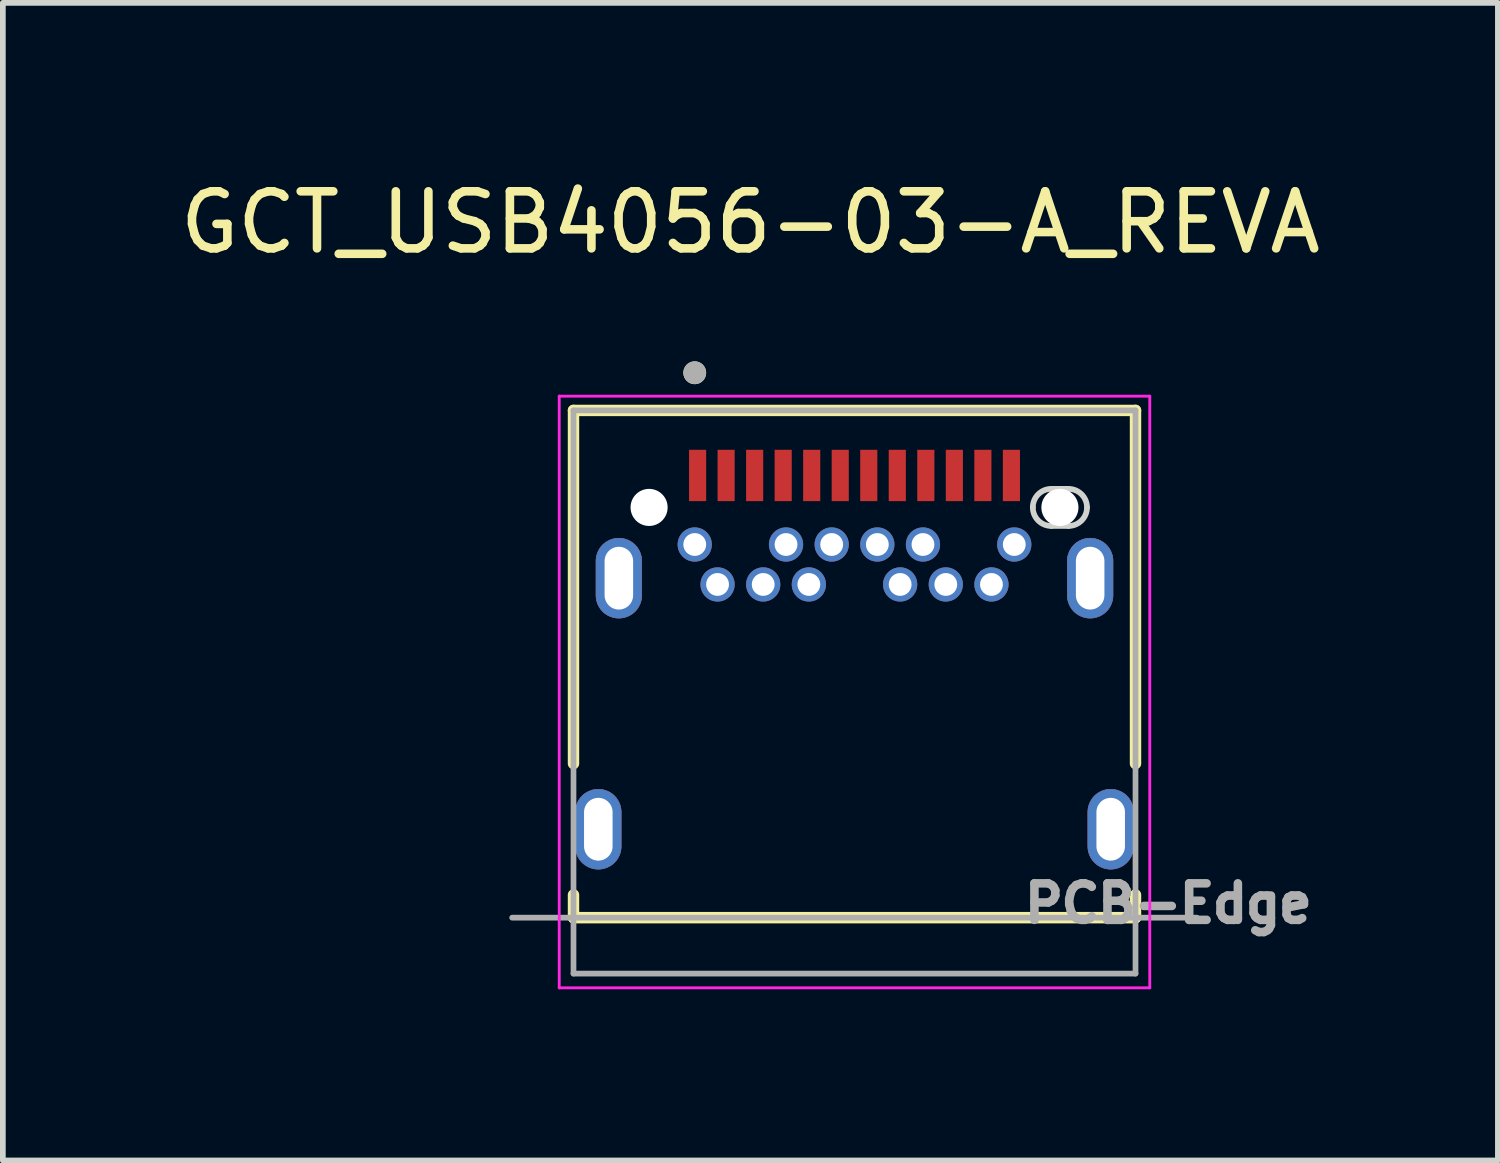
<source format=kicad_pcb>
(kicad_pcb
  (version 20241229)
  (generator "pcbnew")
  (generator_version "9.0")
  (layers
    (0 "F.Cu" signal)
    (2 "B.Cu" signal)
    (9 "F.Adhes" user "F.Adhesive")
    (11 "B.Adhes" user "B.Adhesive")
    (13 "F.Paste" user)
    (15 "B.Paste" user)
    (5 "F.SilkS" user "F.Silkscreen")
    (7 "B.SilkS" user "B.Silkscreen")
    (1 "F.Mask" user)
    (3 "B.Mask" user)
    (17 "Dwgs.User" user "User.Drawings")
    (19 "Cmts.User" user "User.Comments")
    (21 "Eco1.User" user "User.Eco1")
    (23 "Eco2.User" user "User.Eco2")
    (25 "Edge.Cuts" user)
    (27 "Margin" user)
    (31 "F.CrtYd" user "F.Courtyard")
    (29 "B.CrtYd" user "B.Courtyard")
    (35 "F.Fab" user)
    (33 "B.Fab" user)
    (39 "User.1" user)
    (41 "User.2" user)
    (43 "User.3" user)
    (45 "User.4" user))
  (footprint "GCT_USB4056-03-A_REVA"
    (layer "F.Cu")
    (at 11.926 11.483)
    (property "Reference" "GCT_USB4056-03-A_REVA" (at -1.825 -10.635 0) (layer "F.SilkS") (effects (font (size 1 1) (thickness 0.15))))
    (attr through_hole)
    (fp_poly (pts (xy -4.49 -0.7) (xy -4.511 -0.699) (xy -4.532 -0.698) (xy -4.553 -0.695) (xy -4.573 -0.691) (xy -4.594 -0.686) (xy -4.614 -0.68) (xy -4.633 -0.673) (xy -4.653 -0.665) (xy -4.672 -0.656) (xy -4.69 -0.646) (xy -4.708 -0.635) (xy -4.725 -0.624) (xy -4.742 -0.611) (xy -4.758 -0.597) (xy -4.773 -0.583) (xy -4.787 -0.568) (xy -4.801 -0.552) (xy -4.814 -0.535) (xy -4.825 -0.518) (xy -4.836 -0.5) (xy -4.846 -0.482) (xy -4.855 -0.463) (xy -4.863 -0.443) (xy -4.87 -0.424) (xy -4.876 -0.404) (xy -4.881 -0.383) (xy -4.885 -0.363) (xy -4.888 -0.342) (xy -4.889 -0.321) (xy -4.89 -0.3) (xy -4.89 0.3) (xy -4.889 0.321) (xy -4.888 0.342) (xy -4.885 0.363) (xy -4.881 0.383) (xy -4.876 0.404) (xy -4.87 0.424) (xy -4.863 0.443) (xy -4.855 0.463) (xy -4.846 0.482) (xy -4.836 0.5) (xy -4.825 0.518) (xy -4.814 0.535) (xy -4.801 0.552) (xy -4.787 0.568) (xy -4.773 0.583) (xy -4.758 0.597) (xy -4.742 0.611) (xy -4.725 0.624) (xy -4.708 0.635) (xy -4.69 0.646) (xy -4.672 0.656) (xy -4.653 0.665) (xy -4.633 0.673) (xy -4.614 0.68) (xy -4.594 0.686) (xy -4.573 0.691) (xy -4.553 0.695) (xy -4.532 0.698) (xy -4.511 0.699) (xy -4.49 0.7) (xy -4.469 0.699) (xy -4.448 0.698) (xy -4.427 0.695) (xy -4.407 0.691) (xy -4.386 0.686) (xy -4.366 0.68) (xy -4.347 0.673) (xy -4.327 0.665) (xy -4.308 0.656) (xy -4.29 0.646) (xy -4.272 0.635) (xy -4.255 0.624) (xy -4.238 0.611) (xy -4.222 0.597) (xy -4.207 0.583) (xy -4.193 0.568) (xy -4.179 0.552) (xy -4.166 0.535) (xy -4.155 0.518) (xy -4.144 0.5) (xy -4.134 0.482) (xy -4.125 0.463) (xy -4.117 0.443) (xy -4.11 0.424) (xy -4.104 0.404) (xy -4.099 0.383) (xy -4.095 0.363) (xy -4.092 0.342) (xy -4.091 0.321) (xy -4.09 0.3) (xy -4.09 -0.3) (xy -4.091 -0.321) (xy -4.092 -0.342) (xy -4.095 -0.363) (xy -4.099 -0.383) (xy -4.104 -0.404) (xy -4.11 -0.424) (xy -4.117 -0.443) (xy -4.125 -0.463) (xy -4.134 -0.482) (xy -4.144 -0.5) (xy -4.155 -0.518) (xy -4.166 -0.535) (xy -4.179 -0.552) (xy -4.193 -0.568) (xy -4.207 -0.583) (xy -4.222 -0.597) (xy -4.238 -0.611) (xy -4.255 -0.624) (xy -4.272 -0.635) (xy -4.29 -0.646) (xy -4.308 -0.656) (xy -4.327 -0.665) (xy -4.347 -0.673) (xy -4.366 -0.68) (xy -4.386 -0.686) (xy -4.407 -0.691) (xy -4.427 -0.695) (xy -4.448 -0.698) (xy -4.469 -0.699) (xy -4.49 -0.7)) (stroke (width 0.01) (type solid)) (fill yes) (layer "F.Cu"))
    (fp_poly (pts (xy -4.13 -5.1) (xy -4.151 -5.099) (xy -4.172 -5.098) (xy -4.193 -5.095) (xy -4.213 -5.091) (xy -4.234 -5.086) (xy -4.254 -5.08) (xy -4.273 -5.073) (xy -4.293 -5.065) (xy -4.312 -5.056) (xy -4.33 -5.046) (xy -4.348 -5.035) (xy -4.365 -5.024) (xy -4.382 -5.011) (xy -4.398 -4.997) (xy -4.413 -4.983) (xy -4.427 -4.968) (xy -4.441 -4.952) (xy -4.454 -4.935) (xy -4.465 -4.918) (xy -4.476 -4.9) (xy -4.486 -4.882) (xy -4.495 -4.863) (xy -4.503 -4.843) (xy -4.51 -4.824) (xy -4.516 -4.804) (xy -4.521 -4.783) (xy -4.525 -4.763) (xy -4.528 -4.742) (xy -4.529 -4.721) (xy -4.53 -4.7) (xy -4.53 -4.1) (xy -4.529 -4.079) (xy -4.528 -4.058) (xy -4.525 -4.037) (xy -4.521 -4.017) (xy -4.516 -3.996) (xy -4.51 -3.976) (xy -4.503 -3.957) (xy -4.495 -3.937) (xy -4.486 -3.918) (xy -4.476 -3.9) (xy -4.465 -3.882) (xy -4.454 -3.865) (xy -4.441 -3.848) (xy -4.427 -3.832) (xy -4.413 -3.817) (xy -4.398 -3.803) (xy -4.382 -3.789) (xy -4.365 -3.776) (xy -4.348 -3.765) (xy -4.33 -3.754) (xy -4.312 -3.744) (xy -4.293 -3.735) (xy -4.273 -3.727) (xy -4.254 -3.72) (xy -4.234 -3.714) (xy -4.213 -3.709) (xy -4.193 -3.705) (xy -4.172 -3.702) (xy -4.151 -3.701) (xy -4.13 -3.7) (xy -4.109 -3.701) (xy -4.088 -3.702) (xy -4.067 -3.705) (xy -4.047 -3.709) (xy -4.026 -3.714) (xy -4.006 -3.72) (xy -3.987 -3.727) (xy -3.967 -3.735) (xy -3.948 -3.744) (xy -3.93 -3.754) (xy -3.912 -3.765) (xy -3.895 -3.776) (xy -3.878 -3.789) (xy -3.862 -3.803) (xy -3.847 -3.817) (xy -3.833 -3.832) (xy -3.819 -3.848) (xy -3.806 -3.865) (xy -3.795 -3.882) (xy -3.784 -3.9) (xy -3.774 -3.918) (xy -3.765 -3.937) (xy -3.757 -3.957) (xy -3.75 -3.976) (xy -3.744 -3.996) (xy -3.739 -4.017) (xy -3.735 -4.037) (xy -3.732 -4.058) (xy -3.731 -4.079) (xy -3.73 -4.1) (xy -3.73 -4.7) (xy -3.731 -4.721) (xy -3.732 -4.742) (xy -3.735 -4.763) (xy -3.739 -4.783) (xy -3.744 -4.804) (xy -3.75 -4.824) (xy -3.757 -4.843) (xy -3.765 -4.863) (xy -3.774 -4.882) (xy -3.784 -4.9) (xy -3.795 -4.918) (xy -3.806 -4.935) (xy -3.819 -4.952) (xy -3.833 -4.968) (xy -3.847 -4.983) (xy -3.862 -4.997) (xy -3.878 -5.011) (xy -3.895 -5.024) (xy -3.912 -5.035) (xy -3.93 -5.046) (xy -3.948 -5.056) (xy -3.967 -5.065) (xy -3.987 -5.073) (xy -4.006 -5.08) (xy -4.026 -5.086) (xy -4.047 -5.091) (xy -4.067 -5.095) (xy -4.088 -5.098) (xy -4.109 -5.099) (xy -4.13 -5.1)) (stroke (width 0.01) (type solid)) (fill yes) (layer "F.Cu"))
    (fp_poly (pts (xy 4.13 -5.1) (xy 4.109 -5.099) (xy 4.088 -5.098) (xy 4.067 -5.095) (xy 4.047 -5.091) (xy 4.026 -5.086) (xy 4.006 -5.08) (xy 3.987 -5.073) (xy 3.967 -5.065) (xy 3.948 -5.056) (xy 3.93 -5.046) (xy 3.912 -5.035) (xy 3.895 -5.024) (xy 3.878 -5.011) (xy 3.862 -4.997) (xy 3.847 -4.983) (xy 3.833 -4.968) (xy 3.819 -4.952) (xy 3.806 -4.935) (xy 3.795 -4.918) (xy 3.784 -4.9) (xy 3.774 -4.882) (xy 3.765 -4.863) (xy 3.757 -4.843) (xy 3.75 -4.824) (xy 3.744 -4.804) (xy 3.739 -4.783) (xy 3.735 -4.763) (xy 3.732 -4.742) (xy 3.731 -4.721) (xy 3.73 -4.7) (xy 3.73 -4.1) (xy 3.731 -4.079) (xy 3.732 -4.058) (xy 3.735 -4.037) (xy 3.739 -4.017) (xy 3.744 -3.996) (xy 3.75 -3.976) (xy 3.757 -3.957) (xy 3.765 -3.937) (xy 3.774 -3.918) (xy 3.784 -3.9) (xy 3.795 -3.882) (xy 3.806 -3.865) (xy 3.819 -3.848) (xy 3.833 -3.832) (xy 3.847 -3.817) (xy 3.862 -3.803) (xy 3.878 -3.789) (xy 3.895 -3.776) (xy 3.912 -3.765) (xy 3.93 -3.754) (xy 3.948 -3.744) (xy 3.967 -3.735) (xy 3.987 -3.727) (xy 4.006 -3.72) (xy 4.026 -3.714) (xy 4.047 -3.709) (xy 4.067 -3.705) (xy 4.088 -3.702) (xy 4.109 -3.701) (xy 4.13 -3.7) (xy 4.151 -3.701) (xy 4.172 -3.702) (xy 4.193 -3.705) (xy 4.213 -3.709) (xy 4.234 -3.714) (xy 4.254 -3.72) (xy 4.273 -3.727) (xy 4.293 -3.735) (xy 4.312 -3.744) (xy 4.33 -3.754) (xy 4.348 -3.765) (xy 4.365 -3.776) (xy 4.382 -3.789) (xy 4.398 -3.803) (xy 4.413 -3.817) (xy 4.427 -3.832) (xy 4.441 -3.848) (xy 4.454 -3.865) (xy 4.465 -3.882) (xy 4.476 -3.9) (xy 4.486 -3.918) (xy 4.495 -3.937) (xy 4.503 -3.957) (xy 4.51 -3.976) (xy 4.516 -3.996) (xy 4.521 -4.017) (xy 4.525 -4.037) (xy 4.528 -4.058) (xy 4.529 -4.079) (xy 4.53 -4.1) (xy 4.53 -4.7) (xy 4.529 -4.721) (xy 4.528 -4.742) (xy 4.525 -4.763) (xy 4.521 -4.783) (xy 4.516 -4.804) (xy 4.51 -4.824) (xy 4.503 -4.843) (xy 4.495 -4.863) (xy 4.486 -4.882) (xy 4.476 -4.9) (xy 4.465 -4.918) (xy 4.454 -4.935) (xy 4.441 -4.952) (xy 4.427 -4.968) (xy 4.413 -4.983) (xy 4.398 -4.997) (xy 4.382 -5.011) (xy 4.365 -5.024) (xy 4.348 -5.035) (xy 4.33 -5.046) (xy 4.312 -5.056) (xy 4.293 -5.065) (xy 4.273 -5.073) (xy 4.254 -5.08) (xy 4.234 -5.086) (xy 4.213 -5.091) (xy 4.193 -5.095) (xy 4.172 -5.098) (xy 4.151 -5.099) (xy 4.13 -5.1)) (stroke (width 0.01) (type solid)) (fill yes) (layer "F.Cu"))
    (fp_poly (pts (xy 4.49 -0.7) (xy 4.469 -0.699) (xy 4.448 -0.698) (xy 4.427 -0.695) (xy 4.407 -0.691) (xy 4.386 -0.686) (xy 4.366 -0.68) (xy 4.347 -0.673) (xy 4.327 -0.665) (xy 4.308 -0.656) (xy 4.29 -0.646) (xy 4.272 -0.635) (xy 4.255 -0.624) (xy 4.238 -0.611) (xy 4.222 -0.597) (xy 4.207 -0.583) (xy 4.193 -0.568) (xy 4.179 -0.552) (xy 4.166 -0.535) (xy 4.155 -0.518) (xy 4.144 -0.5) (xy 4.134 -0.482) (xy 4.125 -0.463) (xy 4.117 -0.443) (xy 4.11 -0.424) (xy 4.104 -0.404) (xy 4.099 -0.383) (xy 4.095 -0.363) (xy 4.092 -0.342) (xy 4.091 -0.321) (xy 4.09 -0.3) (xy 4.09 0.3) (xy 4.091 0.321) (xy 4.092 0.342) (xy 4.095 0.363) (xy 4.099 0.383) (xy 4.104 0.404) (xy 4.11 0.424) (xy 4.117 0.443) (xy 4.125 0.463) (xy 4.134 0.482) (xy 4.144 0.5) (xy 4.155 0.518) (xy 4.166 0.535) (xy 4.179 0.552) (xy 4.193 0.568) (xy 4.207 0.583) (xy 4.222 0.597) (xy 4.238 0.611) (xy 4.255 0.624) (xy 4.272 0.635) (xy 4.29 0.646) (xy 4.308 0.656) (xy 4.327 0.665) (xy 4.347 0.673) (xy 4.366 0.68) (xy 4.386 0.686) (xy 4.407 0.691) (xy 4.427 0.695) (xy 4.448 0.698) (xy 4.469 0.699) (xy 4.49 0.7) (xy 4.511 0.699) (xy 4.532 0.698) (xy 4.553 0.695) (xy 4.573 0.691) (xy 4.594 0.686) (xy 4.614 0.68) (xy 4.633 0.673) (xy 4.653 0.665) (xy 4.672 0.656) (xy 4.69 0.646) (xy 4.708 0.635) (xy 4.725 0.624) (xy 4.742 0.611) (xy 4.758 0.597) (xy 4.773 0.583) (xy 4.787 0.568) (xy 4.801 0.552) (xy 4.814 0.535) (xy 4.825 0.518) (xy 4.836 0.5) (xy 4.846 0.482) (xy 4.855 0.463) (xy 4.863 0.443) (xy 4.87 0.424) (xy 4.876 0.404) (xy 4.881 0.383) (xy 4.885 0.363) (xy 4.888 0.342) (xy 4.889 0.321) (xy 4.89 0.3) (xy 4.89 -0.3) (xy 4.889 -0.321) (xy 4.888 -0.342) (xy 4.885 -0.363) (xy 4.881 -0.383) (xy 4.876 -0.404) (xy 4.87 -0.424) (xy 4.863 -0.443) (xy 4.855 -0.463) (xy 4.846 -0.482) (xy 4.836 -0.5) (xy 4.825 -0.518) (xy 4.814 -0.535) (xy 4.801 -0.552) (xy 4.787 -0.568) (xy 4.773 -0.583) (xy 4.758 -0.597) (xy 4.742 -0.611) (xy 4.725 -0.624) (xy 4.708 -0.635) (xy 4.69 -0.646) (xy 4.672 -0.656) (xy 4.653 -0.665) (xy 4.633 -0.673) (xy 4.614 -0.68) (xy 4.594 -0.686) (xy 4.573 -0.691) (xy 4.553 -0.695) (xy 4.532 -0.698) (xy 4.511 -0.699) (xy 4.49 -0.7)) (stroke (width 0.01) (type solid)) (fill yes) (layer "F.Cu"))
    (fp_poly (pts (xy -4.49 -0.8) (xy -4.516 -0.799) (xy -4.542 -0.797) (xy -4.568 -0.794) (xy -4.594 -0.789) (xy -4.619 -0.783) (xy -4.645 -0.776) (xy -4.669 -0.767) (xy -4.693 -0.757) (xy -4.717 -0.746) (xy -4.74 -0.733) (xy -4.762 -0.719) (xy -4.784 -0.705) (xy -4.805 -0.689) (xy -4.825 -0.672) (xy -4.844 -0.654) (xy -4.862 -0.635) (xy -4.879 -0.615) (xy -4.895 -0.594) (xy -4.909 -0.572) (xy -4.923 -0.55) (xy -4.936 -0.527) (xy -4.947 -0.503) (xy -4.957 -0.479) (xy -4.966 -0.455) (xy -4.973 -0.429) (xy -4.979 -0.404) (xy -4.984 -0.378) (xy -4.987 -0.352) (xy -4.989 -0.326) (xy -4.99 -0.3) (xy -4.99 0.3) (xy -4.989 0.326) (xy -4.987 0.352) (xy -4.984 0.378) (xy -4.979 0.404) (xy -4.973 0.429) (xy -4.966 0.455) (xy -4.957 0.479) (xy -4.947 0.503) (xy -4.936 0.527) (xy -4.923 0.55) (xy -4.909 0.572) (xy -4.895 0.594) (xy -4.879 0.615) (xy -4.862 0.635) (xy -4.844 0.654) (xy -4.825 0.672) (xy -4.805 0.689) (xy -4.784 0.705) (xy -4.762 0.719) (xy -4.74 0.733) (xy -4.717 0.746) (xy -4.693 0.757) (xy -4.669 0.767) (xy -4.645 0.776) (xy -4.619 0.783) (xy -4.594 0.789) (xy -4.568 0.794) (xy -4.542 0.797) (xy -4.516 0.799) (xy -4.49 0.8) (xy -4.464 0.799) (xy -4.438 0.797) (xy -4.412 0.794) (xy -4.386 0.789) (xy -4.361 0.783) (xy -4.335 0.776) (xy -4.311 0.767) (xy -4.287 0.757) (xy -4.263 0.746) (xy -4.24 0.733) (xy -4.218 0.719) (xy -4.196 0.705) (xy -4.175 0.689) (xy -4.155 0.672) (xy -4.136 0.654) (xy -4.118 0.635) (xy -4.101 0.615) (xy -4.085 0.594) (xy -4.071 0.572) (xy -4.057 0.55) (xy -4.044 0.527) (xy -4.033 0.503) (xy -4.023 0.479) (xy -4.014 0.455) (xy -4.007 0.429) (xy -4.001 0.404) (xy -3.996 0.378) (xy -3.993 0.352) (xy -3.991 0.326) (xy -3.99 0.3) (xy -3.99 -0.3) (xy -3.991 -0.326) (xy -3.993 -0.352) (xy -3.996 -0.378) (xy -4.001 -0.404) (xy -4.007 -0.429) (xy -4.014 -0.455) (xy -4.023 -0.479) (xy -4.033 -0.503) (xy -4.044 -0.527) (xy -4.057 -0.55) (xy -4.071 -0.572) (xy -4.085 -0.594) (xy -4.101 -0.615) (xy -4.118 -0.635) (xy -4.136 -0.654) (xy -4.155 -0.672) (xy -4.175 -0.689) (xy -4.196 -0.705) (xy -4.218 -0.719) (xy -4.24 -0.733) (xy -4.263 -0.746) (xy -4.287 -0.757) (xy -4.311 -0.767) (xy -4.335 -0.776) (xy -4.361 -0.783) (xy -4.386 -0.789) (xy -4.412 -0.794) (xy -4.438 -0.797) (xy -4.464 -0.799) (xy -4.49 -0.8)) (stroke (width 0.01) (type solid)) (fill yes) (layer "F.Mask"))
    (fp_poly (pts (xy -4.13 -5.2) (xy -4.156 -5.199) (xy -4.182 -5.197) (xy -4.208 -5.194) (xy -4.234 -5.189) (xy -4.259 -5.183) (xy -4.285 -5.176) (xy -4.309 -5.167) (xy -4.333 -5.157) (xy -4.357 -5.146) (xy -4.38 -5.133) (xy -4.402 -5.119) (xy -4.424 -5.105) (xy -4.445 -5.089) (xy -4.465 -5.072) (xy -4.484 -5.054) (xy -4.502 -5.035) (xy -4.519 -5.015) (xy -4.535 -4.994) (xy -4.549 -4.972) (xy -4.563 -4.95) (xy -4.576 -4.927) (xy -4.587 -4.903) (xy -4.597 -4.879) (xy -4.606 -4.855) (xy -4.613 -4.829) (xy -4.619 -4.804) (xy -4.624 -4.778) (xy -4.627 -4.752) (xy -4.629 -4.726) (xy -4.63 -4.7) (xy -4.63 -4.1) (xy -4.629 -4.074) (xy -4.627 -4.048) (xy -4.624 -4.022) (xy -4.619 -3.996) (xy -4.613 -3.971) (xy -4.606 -3.945) (xy -4.597 -3.921) (xy -4.587 -3.897) (xy -4.576 -3.873) (xy -4.563 -3.85) (xy -4.549 -3.828) (xy -4.535 -3.806) (xy -4.519 -3.785) (xy -4.502 -3.765) (xy -4.484 -3.746) (xy -4.465 -3.728) (xy -4.445 -3.711) (xy -4.424 -3.695) (xy -4.402 -3.681) (xy -4.38 -3.667) (xy -4.357 -3.654) (xy -4.333 -3.643) (xy -4.309 -3.633) (xy -4.285 -3.624) (xy -4.259 -3.617) (xy -4.234 -3.611) (xy -4.208 -3.606) (xy -4.182 -3.603) (xy -4.156 -3.601) (xy -4.13 -3.6) (xy -4.104 -3.601) (xy -4.078 -3.603) (xy -4.052 -3.606) (xy -4.026 -3.611) (xy -4.001 -3.617) (xy -3.975 -3.624) (xy -3.951 -3.633) (xy -3.927 -3.643) (xy -3.903 -3.654) (xy -3.88 -3.667) (xy -3.858 -3.681) (xy -3.836 -3.695) (xy -3.815 -3.711) (xy -3.795 -3.728) (xy -3.776 -3.746) (xy -3.758 -3.765) (xy -3.741 -3.785) (xy -3.725 -3.806) (xy -3.711 -3.828) (xy -3.697 -3.85) (xy -3.684 -3.873) (xy -3.673 -3.897) (xy -3.663 -3.921) (xy -3.654 -3.945) (xy -3.647 -3.971) (xy -3.641 -3.996) (xy -3.636 -4.022) (xy -3.633 -4.048) (xy -3.631 -4.074) (xy -3.63 -4.1) (xy -3.63 -4.7) (xy -3.631 -4.726) (xy -3.633 -4.752) (xy -3.636 -4.778) (xy -3.641 -4.804) (xy -3.647 -4.829) (xy -3.654 -4.855) (xy -3.663 -4.879) (xy -3.673 -4.903) (xy -3.684 -4.927) (xy -3.697 -4.95) (xy -3.711 -4.972) (xy -3.725 -4.994) (xy -3.741 -5.015) (xy -3.758 -5.035) (xy -3.776 -5.054) (xy -3.795 -5.072) (xy -3.815 -5.089) (xy -3.836 -5.105) (xy -3.858 -5.119) (xy -3.88 -5.133) (xy -3.903 -5.146) (xy -3.927 -5.157) (xy -3.951 -5.167) (xy -3.975 -5.176) (xy -4.001 -5.183) (xy -4.026 -5.189) (xy -4.052 -5.194) (xy -4.078 -5.197) (xy -4.104 -5.199) (xy -4.13 -5.2)) (stroke (width 0.01) (type solid)) (fill yes) (layer "F.Mask"))
    (fp_poly (pts (xy 3.025 -5.64) (xy 3.026 -5.662) (xy 3.027 -5.684) (xy 3.03 -5.706) (xy 3.034 -5.728) (xy 3.039 -5.75) (xy 3.046 -5.771) (xy 3.053 -5.792) (xy 3.062 -5.813) (xy 3.071 -5.833) (xy 3.082 -5.853) (xy 3.094 -5.871) (xy 3.106 -5.89) (xy 3.12 -5.907) (xy 3.134 -5.924) (xy 3.149 -5.941) (xy 3.166 -5.956) (xy 3.183 -5.97) (xy 3.2 -5.984) (xy 3.219 -5.996) (xy 3.237 -6.008) (xy 3.257 -6.019) (xy 3.277 -6.028) (xy 3.298 -6.037) (xy 3.319 -6.044) (xy 3.34 -6.051) (xy 3.362 -6.056) (xy 3.384 -6.06) (xy 3.406 -6.063) (xy 3.428 -6.064) (xy 3.45 -6.065) (xy 3.75 -6.065) (xy 3.772 -6.064) (xy 3.794 -6.063) (xy 3.816 -6.06) (xy 3.838 -6.056) (xy 3.86 -6.051) (xy 3.881 -6.044) (xy 3.902 -6.037) (xy 3.923 -6.028) (xy 3.943 -6.019) (xy 3.962 -6.008) (xy 3.981 -5.996) (xy 4 -5.984) (xy 4.017 -5.97) (xy 4.034 -5.956) (xy 4.051 -5.941) (xy 4.066 -5.924) (xy 4.08 -5.907) (xy 4.094 -5.89) (xy 4.106 -5.871) (xy 4.118 -5.853) (xy 4.129 -5.833) (xy 4.138 -5.813) (xy 4.147 -5.792) (xy 4.154 -5.771) (xy 4.161 -5.75) (xy 4.166 -5.728) (xy 4.17 -5.706) (xy 4.173 -5.684) (xy 4.174 -5.662) (xy 4.175 -5.64) (xy 4.174 -5.618) (xy 4.173 -5.596) (xy 4.17 -5.574) (xy 4.166 -5.552) (xy 4.161 -5.53) (xy 4.154 -5.509) (xy 4.147 -5.488) (xy 4.138 -5.467) (xy 4.129 -5.447) (xy 4.118 -5.428) (xy 4.106 -5.409) (xy 4.094 -5.39) (xy 4.08 -5.373) (xy 4.066 -5.356) (xy 4.051 -5.339) (xy 4.034 -5.324) (xy 4.017 -5.31) (xy 4 -5.296) (xy 3.981 -5.284) (xy 3.962 -5.272) (xy 3.943 -5.261) (xy 3.923 -5.252) (xy 3.902 -5.243) (xy 3.881 -5.236) (xy 3.86 -5.229) (xy 3.838 -5.224) (xy 3.816 -5.22) (xy 3.794 -5.217) (xy 3.772 -5.216) (xy 3.75 -5.215) (xy 3.45 -5.215) (xy 3.428 -5.216) (xy 3.406 -5.217) (xy 3.384 -5.22) (xy 3.362 -5.224) (xy 3.34 -5.229) (xy 3.319 -5.236) (xy 3.298 -5.243) (xy 3.277 -5.252) (xy 3.257 -5.261) (xy 3.237 -5.272) (xy 3.219 -5.284) (xy 3.2 -5.296) (xy 3.183 -5.31) (xy 3.166 -5.324) (xy 3.149 -5.339) (xy 3.134 -5.356) (xy 3.12 -5.373) (xy 3.106 -5.39) (xy 3.094 -5.409) (xy 3.082 -5.428) (xy 3.071 -5.447) (xy 3.062 -5.467) (xy 3.053 -5.488) (xy 3.046 -5.509) (xy 3.039 -5.53) (xy 3.034 -5.552) (xy 3.03 -5.574) (xy 3.027 -5.596) (xy 3.026 -5.618) (xy 3.025 -5.64)) (stroke (width 0.01) (type solid)) (fill yes) (layer "F.Mask"))
    (fp_poly (pts (xy 4.13 -5.2) (xy 4.104 -5.199) (xy 4.078 -5.197) (xy 4.052 -5.194) (xy 4.026 -5.189) (xy 4.001 -5.183) (xy 3.975 -5.176) (xy 3.951 -5.167) (xy 3.927 -5.157) (xy 3.903 -5.146) (xy 3.88 -5.133) (xy 3.858 -5.119) (xy 3.836 -5.105) (xy 3.815 -5.089) (xy 3.795 -5.072) (xy 3.776 -5.054) (xy 3.758 -5.035) (xy 3.741 -5.015) (xy 3.725 -4.994) (xy 3.711 -4.972) (xy 3.697 -4.95) (xy 3.684 -4.927) (xy 3.673 -4.903) (xy 3.663 -4.879) (xy 3.654 -4.855) (xy 3.647 -4.829) (xy 3.641 -4.804) (xy 3.636 -4.778) (xy 3.633 -4.752) (xy 3.631 -4.726) (xy 3.63 -4.7) (xy 3.63 -4.1) (xy 3.631 -4.074) (xy 3.633 -4.048) (xy 3.636 -4.022) (xy 3.641 -3.996) (xy 3.647 -3.971) (xy 3.654 -3.945) (xy 3.663 -3.921) (xy 3.673 -3.897) (xy 3.684 -3.873) (xy 3.697 -3.85) (xy 3.711 -3.828) (xy 3.725 -3.806) (xy 3.741 -3.785) (xy 3.758 -3.765) (xy 3.776 -3.746) (xy 3.795 -3.728) (xy 3.815 -3.711) (xy 3.836 -3.695) (xy 3.858 -3.681) (xy 3.88 -3.667) (xy 3.903 -3.654) (xy 3.927 -3.643) (xy 3.951 -3.633) (xy 3.975 -3.624) (xy 4.001 -3.617) (xy 4.026 -3.611) (xy 4.052 -3.606) (xy 4.078 -3.603) (xy 4.104 -3.601) (xy 4.13 -3.6) (xy 4.156 -3.601) (xy 4.182 -3.603) (xy 4.208 -3.606) (xy 4.234 -3.611) (xy 4.259 -3.617) (xy 4.285 -3.624) (xy 4.309 -3.633) (xy 4.333 -3.643) (xy 4.357 -3.654) (xy 4.38 -3.667) (xy 4.402 -3.681) (xy 4.424 -3.695) (xy 4.445 -3.711) (xy 4.465 -3.728) (xy 4.484 -3.746) (xy 4.502 -3.765) (xy 4.519 -3.785) (xy 4.535 -3.806) (xy 4.549 -3.828) (xy 4.563 -3.85) (xy 4.576 -3.873) (xy 4.587 -3.897) (xy 4.597 -3.921) (xy 4.606 -3.945) (xy 4.613 -3.971) (xy 4.619 -3.996) (xy 4.624 -4.022) (xy 4.627 -4.048) (xy 4.629 -4.074) (xy 4.63 -4.1) (xy 4.63 -4.7) (xy 4.629 -4.726) (xy 4.627 -4.752) (xy 4.624 -4.778) (xy 4.619 -4.804) (xy 4.613 -4.829) (xy 4.606 -4.855) (xy 4.597 -4.879) (xy 4.587 -4.903) (xy 4.576 -4.927) (xy 4.563 -4.95) (xy 4.549 -4.972) (xy 4.535 -4.994) (xy 4.519 -5.015) (xy 4.502 -5.035) (xy 4.484 -5.054) (xy 4.465 -5.072) (xy 4.445 -5.089) (xy 4.424 -5.105) (xy 4.402 -5.119) (xy 4.38 -5.133) (xy 4.357 -5.146) (xy 4.333 -5.157) (xy 4.309 -5.167) (xy 4.285 -5.176) (xy 4.259 -5.183) (xy 4.234 -5.189) (xy 4.208 -5.194) (xy 4.182 -5.197) (xy 4.156 -5.199) (xy 4.13 -5.2)) (stroke (width 0.01) (type solid)) (fill yes) (layer "F.Mask"))
    (fp_poly (pts (xy 4.49 -0.8) (xy 4.464 -0.799) (xy 4.438 -0.797) (xy 4.412 -0.794) (xy 4.386 -0.789) (xy 4.361 -0.783) (xy 4.335 -0.776) (xy 4.311 -0.767) (xy 4.287 -0.757) (xy 4.263 -0.746) (xy 4.24 -0.733) (xy 4.218 -0.719) (xy 4.196 -0.705) (xy 4.175 -0.689) (xy 4.155 -0.672) (xy 4.136 -0.654) (xy 4.118 -0.635) (xy 4.101 -0.615) (xy 4.085 -0.594) (xy 4.071 -0.572) (xy 4.057 -0.55) (xy 4.044 -0.527) (xy 4.033 -0.503) (xy 4.023 -0.479) (xy 4.014 -0.455) (xy 4.007 -0.429) (xy 4.001 -0.404) (xy 3.996 -0.378) (xy 3.993 -0.352) (xy 3.991 -0.326) (xy 3.99 -0.3) (xy 3.99 0.3) (xy 3.991 0.326) (xy 3.993 0.352) (xy 3.996 0.378) (xy 4.001 0.404) (xy 4.007 0.429) (xy 4.014 0.455) (xy 4.023 0.479) (xy 4.033 0.503) (xy 4.044 0.527) (xy 4.057 0.55) (xy 4.071 0.572) (xy 4.085 0.594) (xy 4.101 0.615) (xy 4.118 0.635) (xy 4.136 0.654) (xy 4.155 0.672) (xy 4.175 0.689) (xy 4.196 0.705) (xy 4.218 0.719) (xy 4.24 0.733) (xy 4.263 0.746) (xy 4.287 0.757) (xy 4.311 0.767) (xy 4.335 0.776) (xy 4.361 0.783) (xy 4.386 0.789) (xy 4.412 0.794) (xy 4.438 0.797) (xy 4.464 0.799) (xy 4.49 0.8) (xy 4.516 0.799) (xy 4.542 0.797) (xy 4.568 0.794) (xy 4.594 0.789) (xy 4.619 0.783) (xy 4.645 0.776) (xy 4.669 0.767) (xy 4.693 0.757) (xy 4.717 0.746) (xy 4.74 0.733) (xy 4.762 0.719) (xy 4.784 0.705) (xy 4.805 0.689) (xy 4.825 0.672) (xy 4.844 0.654) (xy 4.862 0.635) (xy 4.879 0.615) (xy 4.895 0.594) (xy 4.909 0.572) (xy 4.923 0.55) (xy 4.936 0.527) (xy 4.947 0.503) (xy 4.957 0.479) (xy 4.966 0.455) (xy 4.973 0.429) (xy 4.979 0.404) (xy 4.984 0.378) (xy 4.987 0.352) (xy 4.989 0.326) (xy 4.99 0.3) (xy 4.99 -0.3) (xy 4.989 -0.326) (xy 4.987 -0.352) (xy 4.984 -0.378) (xy 4.979 -0.404) (xy 4.973 -0.429) (xy 4.966 -0.455) (xy 4.957 -0.479) (xy 4.947 -0.503) (xy 4.936 -0.527) (xy 4.923 -0.55) (xy 4.909 -0.572) (xy 4.895 -0.594) (xy 4.879 -0.615) (xy 4.862 -0.635) (xy 4.844 -0.654) (xy 4.825 -0.672) (xy 4.805 -0.689) (xy 4.784 -0.705) (xy 4.762 -0.719) (xy 4.74 -0.733) (xy 4.717 -0.746) (xy 4.693 -0.757) (xy 4.669 -0.767) (xy 4.645 -0.776) (xy 4.619 -0.783) (xy 4.594 -0.789) (xy 4.568 -0.794) (xy 4.542 -0.797) (xy 4.516 -0.799) (xy 4.49 -0.8)) (stroke (width 0.01) (type solid)) (fill yes) (layer "F.Mask"))
    (fp_poly (pts (xy -4.49 -0.7) (xy -4.511 -0.699) (xy -4.532 -0.698) (xy -4.553 -0.695) (xy -4.573 -0.691) (xy -4.594 -0.686) (xy -4.614 -0.68) (xy -4.633 -0.673) (xy -4.653 -0.665) (xy -4.672 -0.656) (xy -4.69 -0.646) (xy -4.708 -0.635) (xy -4.725 -0.624) (xy -4.742 -0.611) (xy -4.758 -0.597) (xy -4.773 -0.583) (xy -4.787 -0.568) (xy -4.801 -0.552) (xy -4.814 -0.535) (xy -4.825 -0.518) (xy -4.836 -0.5) (xy -4.846 -0.482) (xy -4.855 -0.463) (xy -4.863 -0.443) (xy -4.87 -0.424) (xy -4.876 -0.404) (xy -4.881 -0.383) (xy -4.885 -0.363) (xy -4.888 -0.342) (xy -4.889 -0.321) (xy -4.89 -0.3) (xy -4.89 0.3) (xy -4.889 0.321) (xy -4.888 0.342) (xy -4.885 0.363) (xy -4.881 0.383) (xy -4.876 0.404) (xy -4.87 0.424) (xy -4.863 0.443) (xy -4.855 0.463) (xy -4.846 0.482) (xy -4.836 0.5) (xy -4.825 0.518) (xy -4.814 0.535) (xy -4.801 0.552) (xy -4.787 0.568) (xy -4.773 0.583) (xy -4.758 0.597) (xy -4.742 0.611) (xy -4.725 0.624) (xy -4.708 0.635) (xy -4.69 0.646) (xy -4.672 0.656) (xy -4.653 0.665) (xy -4.633 0.673) (xy -4.614 0.68) (xy -4.594 0.686) (xy -4.573 0.691) (xy -4.553 0.695) (xy -4.532 0.698) (xy -4.511 0.699) (xy -4.49 0.7) (xy -4.469 0.699) (xy -4.448 0.698) (xy -4.427 0.695) (xy -4.407 0.691) (xy -4.386 0.686) (xy -4.366 0.68) (xy -4.347 0.673) (xy -4.327 0.665) (xy -4.308 0.656) (xy -4.29 0.646) (xy -4.272 0.635) (xy -4.255 0.624) (xy -4.238 0.611) (xy -4.222 0.597) (xy -4.207 0.583) (xy -4.193 0.568) (xy -4.179 0.552) (xy -4.166 0.535) (xy -4.155 0.518) (xy -4.144 0.5) (xy -4.134 0.482) (xy -4.125 0.463) (xy -4.117 0.443) (xy -4.11 0.424) (xy -4.104 0.404) (xy -4.099 0.383) (xy -4.095 0.363) (xy -4.092 0.342) (xy -4.091 0.321) (xy -4.09 0.3) (xy -4.09 -0.3) (xy -4.091 -0.321) (xy -4.092 -0.342) (xy -4.095 -0.363) (xy -4.099 -0.383) (xy -4.104 -0.404) (xy -4.11 -0.424) (xy -4.117 -0.443) (xy -4.125 -0.463) (xy -4.134 -0.482) (xy -4.144 -0.5) (xy -4.155 -0.518) (xy -4.166 -0.535) (xy -4.179 -0.552) (xy -4.193 -0.568) (xy -4.207 -0.583) (xy -4.222 -0.597) (xy -4.238 -0.611) (xy -4.255 -0.624) (xy -4.272 -0.635) (xy -4.29 -0.646) (xy -4.308 -0.656) (xy -4.327 -0.665) (xy -4.347 -0.673) (xy -4.366 -0.68) (xy -4.386 -0.686) (xy -4.407 -0.691) (xy -4.427 -0.695) (xy -4.448 -0.698) (xy -4.469 -0.699) (xy -4.49 -0.7)) (stroke (width 0.01) (type solid)) (fill yes) (layer "B.Cu"))
    (fp_poly (pts (xy -4.13 -5.1) (xy -4.151 -5.099) (xy -4.172 -5.098) (xy -4.193 -5.095) (xy -4.213 -5.091) (xy -4.234 -5.086) (xy -4.254 -5.08) (xy -4.273 -5.073) (xy -4.293 -5.065) (xy -4.312 -5.056) (xy -4.33 -5.046) (xy -4.348 -5.035) (xy -4.365 -5.024) (xy -4.382 -5.011) (xy -4.398 -4.997) (xy -4.413 -4.983) (xy -4.427 -4.968) (xy -4.441 -4.952) (xy -4.454 -4.935) (xy -4.465 -4.918) (xy -4.476 -4.9) (xy -4.486 -4.882) (xy -4.495 -4.863) (xy -4.503 -4.843) (xy -4.51 -4.824) (xy -4.516 -4.804) (xy -4.521 -4.783) (xy -4.525 -4.763) (xy -4.528 -4.742) (xy -4.529 -4.721) (xy -4.53 -4.7) (xy -4.53 -4.1) (xy -4.529 -4.079) (xy -4.528 -4.058) (xy -4.525 -4.037) (xy -4.521 -4.017) (xy -4.516 -3.996) (xy -4.51 -3.976) (xy -4.503 -3.957) (xy -4.495 -3.937) (xy -4.486 -3.918) (xy -4.476 -3.9) (xy -4.465 -3.882) (xy -4.454 -3.865) (xy -4.441 -3.848) (xy -4.427 -3.832) (xy -4.413 -3.817) (xy -4.398 -3.803) (xy -4.382 -3.789) (xy -4.365 -3.776) (xy -4.348 -3.765) (xy -4.33 -3.754) (xy -4.312 -3.744) (xy -4.293 -3.735) (xy -4.273 -3.727) (xy -4.254 -3.72) (xy -4.234 -3.714) (xy -4.213 -3.709) (xy -4.193 -3.705) (xy -4.172 -3.702) (xy -4.151 -3.701) (xy -4.13 -3.7) (xy -4.109 -3.701) (xy -4.088 -3.702) (xy -4.067 -3.705) (xy -4.047 -3.709) (xy -4.026 -3.714) (xy -4.006 -3.72) (xy -3.987 -3.727) (xy -3.967 -3.735) (xy -3.948 -3.744) (xy -3.93 -3.754) (xy -3.912 -3.765) (xy -3.895 -3.776) (xy -3.878 -3.789) (xy -3.862 -3.803) (xy -3.847 -3.817) (xy -3.833 -3.832) (xy -3.819 -3.848) (xy -3.806 -3.865) (xy -3.795 -3.882) (xy -3.784 -3.9) (xy -3.774 -3.918) (xy -3.765 -3.937) (xy -3.757 -3.957) (xy -3.75 -3.976) (xy -3.744 -3.996) (xy -3.739 -4.017) (xy -3.735 -4.037) (xy -3.732 -4.058) (xy -3.731 -4.079) (xy -3.73 -4.1) (xy -3.73 -4.7) (xy -3.731 -4.721) (xy -3.732 -4.742) (xy -3.735 -4.763) (xy -3.739 -4.783) (xy -3.744 -4.804) (xy -3.75 -4.824) (xy -3.757 -4.843) (xy -3.765 -4.863) (xy -3.774 -4.882) (xy -3.784 -4.9) (xy -3.795 -4.918) (xy -3.806 -4.935) (xy -3.819 -4.952) (xy -3.833 -4.968) (xy -3.847 -4.983) (xy -3.862 -4.997) (xy -3.878 -5.011) (xy -3.895 -5.024) (xy -3.912 -5.035) (xy -3.93 -5.046) (xy -3.948 -5.056) (xy -3.967 -5.065) (xy -3.987 -5.073) (xy -4.006 -5.08) (xy -4.026 -5.086) (xy -4.047 -5.091) (xy -4.067 -5.095) (xy -4.088 -5.098) (xy -4.109 -5.099) (xy -4.13 -5.1)) (stroke (width 0.01) (type solid)) (fill yes) (layer "B.Cu"))
    (fp_poly (pts (xy 4.13 -5.1) (xy 4.109 -5.099) (xy 4.088 -5.098) (xy 4.067 -5.095) (xy 4.047 -5.091) (xy 4.026 -5.086) (xy 4.006 -5.08) (xy 3.987 -5.073) (xy 3.967 -5.065) (xy 3.948 -5.056) (xy 3.93 -5.046) (xy 3.912 -5.035) (xy 3.895 -5.024) (xy 3.878 -5.011) (xy 3.862 -4.997) (xy 3.847 -4.983) (xy 3.833 -4.968) (xy 3.819 -4.952) (xy 3.806 -4.935) (xy 3.795 -4.918) (xy 3.784 -4.9) (xy 3.774 -4.882) (xy 3.765 -4.863) (xy 3.757 -4.843) (xy 3.75 -4.824) (xy 3.744 -4.804) (xy 3.739 -4.783) (xy 3.735 -4.763) (xy 3.732 -4.742) (xy 3.731 -4.721) (xy 3.73 -4.7) (xy 3.73 -4.1) (xy 3.731 -4.079) (xy 3.732 -4.058) (xy 3.735 -4.037) (xy 3.739 -4.017) (xy 3.744 -3.996) (xy 3.75 -3.976) (xy 3.757 -3.957) (xy 3.765 -3.937) (xy 3.774 -3.918) (xy 3.784 -3.9) (xy 3.795 -3.882) (xy 3.806 -3.865) (xy 3.819 -3.848) (xy 3.833 -3.832) (xy 3.847 -3.817) (xy 3.862 -3.803) (xy 3.878 -3.789) (xy 3.895 -3.776) (xy 3.912 -3.765) (xy 3.93 -3.754) (xy 3.948 -3.744) (xy 3.967 -3.735) (xy 3.987 -3.727) (xy 4.006 -3.72) (xy 4.026 -3.714) (xy 4.047 -3.709) (xy 4.067 -3.705) (xy 4.088 -3.702) (xy 4.109 -3.701) (xy 4.13 -3.7) (xy 4.151 -3.701) (xy 4.172 -3.702) (xy 4.193 -3.705) (xy 4.213 -3.709) (xy 4.234 -3.714) (xy 4.254 -3.72) (xy 4.273 -3.727) (xy 4.293 -3.735) (xy 4.312 -3.744) (xy 4.33 -3.754) (xy 4.348 -3.765) (xy 4.365 -3.776) (xy 4.382 -3.789) (xy 4.398 -3.803) (xy 4.413 -3.817) (xy 4.427 -3.832) (xy 4.441 -3.848) (xy 4.454 -3.865) (xy 4.465 -3.882) (xy 4.476 -3.9) (xy 4.486 -3.918) (xy 4.495 -3.937) (xy 4.503 -3.957) (xy 4.51 -3.976) (xy 4.516 -3.996) (xy 4.521 -4.017) (xy 4.525 -4.037) (xy 4.528 -4.058) (xy 4.529 -4.079) (xy 4.53 -4.1) (xy 4.53 -4.7) (xy 4.529 -4.721) (xy 4.528 -4.742) (xy 4.525 -4.763) (xy 4.521 -4.783) (xy 4.516 -4.804) (xy 4.51 -4.824) (xy 4.503 -4.843) (xy 4.495 -4.863) (xy 4.486 -4.882) (xy 4.476 -4.9) (xy 4.465 -4.918) (xy 4.454 -4.935) (xy 4.441 -4.952) (xy 4.427 -4.968) (xy 4.413 -4.983) (xy 4.398 -4.997) (xy 4.382 -5.011) (xy 4.365 -5.024) (xy 4.348 -5.035) (xy 4.33 -5.046) (xy 4.312 -5.056) (xy 4.293 -5.065) (xy 4.273 -5.073) (xy 4.254 -5.08) (xy 4.234 -5.086) (xy 4.213 -5.091) (xy 4.193 -5.095) (xy 4.172 -5.098) (xy 4.151 -5.099) (xy 4.13 -5.1)) (stroke (width 0.01) (type solid)) (fill yes) (layer "B.Cu"))
    (fp_poly (pts (xy 4.49 -0.7) (xy 4.469 -0.699) (xy 4.448 -0.698) (xy 4.427 -0.695) (xy 4.407 -0.691) (xy 4.386 -0.686) (xy 4.366 -0.68) (xy 4.347 -0.673) (xy 4.327 -0.665) (xy 4.308 -0.656) (xy 4.29 -0.646) (xy 4.272 -0.635) (xy 4.255 -0.624) (xy 4.238 -0.611) (xy 4.222 -0.597) (xy 4.207 -0.583) (xy 4.193 -0.568) (xy 4.179 -0.552) (xy 4.166 -0.535) (xy 4.155 -0.518) (xy 4.144 -0.5) (xy 4.134 -0.482) (xy 4.125 -0.463) (xy 4.117 -0.443) (xy 4.11 -0.424) (xy 4.104 -0.404) (xy 4.099 -0.383) (xy 4.095 -0.363) (xy 4.092 -0.342) (xy 4.091 -0.321) (xy 4.09 -0.3) (xy 4.09 0.3) (xy 4.091 0.321) (xy 4.092 0.342) (xy 4.095 0.363) (xy 4.099 0.383) (xy 4.104 0.404) (xy 4.11 0.424) (xy 4.117 0.443) (xy 4.125 0.463) (xy 4.134 0.482) (xy 4.144 0.5) (xy 4.155 0.518) (xy 4.166 0.535) (xy 4.179 0.552) (xy 4.193 0.568) (xy 4.207 0.583) (xy 4.222 0.597) (xy 4.238 0.611) (xy 4.255 0.624) (xy 4.272 0.635) (xy 4.29 0.646) (xy 4.308 0.656) (xy 4.327 0.665) (xy 4.347 0.673) (xy 4.366 0.68) (xy 4.386 0.686) (xy 4.407 0.691) (xy 4.427 0.695) (xy 4.448 0.698) (xy 4.469 0.699) (xy 4.49 0.7) (xy 4.511 0.699) (xy 4.532 0.698) (xy 4.553 0.695) (xy 4.573 0.691) (xy 4.594 0.686) (xy 4.614 0.68) (xy 4.633 0.673) (xy 4.653 0.665) (xy 4.672 0.656) (xy 4.69 0.646) (xy 4.708 0.635) (xy 4.725 0.624) (xy 4.742 0.611) (xy 4.758 0.597) (xy 4.773 0.583) (xy 4.787 0.568) (xy 4.801 0.552) (xy 4.814 0.535) (xy 4.825 0.518) (xy 4.836 0.5) (xy 4.846 0.482) (xy 4.855 0.463) (xy 4.863 0.443) (xy 4.87 0.424) (xy 4.876 0.404) (xy 4.881 0.383) (xy 4.885 0.363) (xy 4.888 0.342) (xy 4.889 0.321) (xy 4.89 0.3) (xy 4.89 -0.3) (xy 4.889 -0.321) (xy 4.888 -0.342) (xy 4.885 -0.363) (xy 4.881 -0.383) (xy 4.876 -0.404) (xy 4.87 -0.424) (xy 4.863 -0.443) (xy 4.855 -0.463) (xy 4.846 -0.482) (xy 4.836 -0.5) (xy 4.825 -0.518) (xy 4.814 -0.535) (xy 4.801 -0.552) (xy 4.787 -0.568) (xy 4.773 -0.583) (xy 4.758 -0.597) (xy 4.742 -0.611) (xy 4.725 -0.624) (xy 4.708 -0.635) (xy 4.69 -0.646) (xy 4.672 -0.656) (xy 4.653 -0.665) (xy 4.633 -0.673) (xy 4.614 -0.68) (xy 4.594 -0.686) (xy 4.573 -0.691) (xy 4.553 -0.695) (xy 4.532 -0.698) (xy 4.511 -0.699) (xy 4.49 -0.7)) (stroke (width 0.01) (type solid)) (fill yes) (layer "B.Cu"))
    (fp_poly (pts (xy -4.49 -0.8) (xy -4.516 -0.799) (xy -4.542 -0.797) (xy -4.568 -0.794) (xy -4.594 -0.789) (xy -4.619 -0.783) (xy -4.645 -0.776) (xy -4.669 -0.767) (xy -4.693 -0.757) (xy -4.717 -0.746) (xy -4.74 -0.733) (xy -4.762 -0.719) (xy -4.784 -0.705) (xy -4.805 -0.689) (xy -4.825 -0.672) (xy -4.844 -0.654) (xy -4.862 -0.635) (xy -4.879 -0.615) (xy -4.895 -0.594) (xy -4.909 -0.572) (xy -4.923 -0.55) (xy -4.936 -0.527) (xy -4.947 -0.503) (xy -4.957 -0.479) (xy -4.966 -0.455) (xy -4.973 -0.429) (xy -4.979 -0.404) (xy -4.984 -0.378) (xy -4.987 -0.352) (xy -4.989 -0.326) (xy -4.99 -0.3) (xy -4.99 0.3) (xy -4.989 0.326) (xy -4.987 0.352) (xy -4.984 0.378) (xy -4.979 0.404) (xy -4.973 0.429) (xy -4.966 0.455) (xy -4.957 0.479) (xy -4.947 0.503) (xy -4.936 0.527) (xy -4.923 0.55) (xy -4.909 0.572) (xy -4.895 0.594) (xy -4.879 0.615) (xy -4.862 0.635) (xy -4.844 0.654) (xy -4.825 0.672) (xy -4.805 0.689) (xy -4.784 0.705) (xy -4.762 0.719) (xy -4.74 0.733) (xy -4.717 0.746) (xy -4.693 0.757) (xy -4.669 0.767) (xy -4.645 0.776) (xy -4.619 0.783) (xy -4.594 0.789) (xy -4.568 0.794) (xy -4.542 0.797) (xy -4.516 0.799) (xy -4.49 0.8) (xy -4.464 0.799) (xy -4.438 0.797) (xy -4.412 0.794) (xy -4.386 0.789) (xy -4.361 0.783) (xy -4.335 0.776) (xy -4.311 0.767) (xy -4.287 0.757) (xy -4.263 0.746) (xy -4.24 0.733) (xy -4.218 0.719) (xy -4.196 0.705) (xy -4.175 0.689) (xy -4.155 0.672) (xy -4.136 0.654) (xy -4.118 0.635) (xy -4.101 0.615) (xy -4.085 0.594) (xy -4.071 0.572) (xy -4.057 0.55) (xy -4.044 0.527) (xy -4.033 0.503) (xy -4.023 0.479) (xy -4.014 0.455) (xy -4.007 0.429) (xy -4.001 0.404) (xy -3.996 0.378) (xy -3.993 0.352) (xy -3.991 0.326) (xy -3.99 0.3) (xy -3.99 -0.3) (xy -3.991 -0.326) (xy -3.993 -0.352) (xy -3.996 -0.378) (xy -4.001 -0.404) (xy -4.007 -0.429) (xy -4.014 -0.455) (xy -4.023 -0.479) (xy -4.033 -0.503) (xy -4.044 -0.527) (xy -4.057 -0.55) (xy -4.071 -0.572) (xy -4.085 -0.594) (xy -4.101 -0.615) (xy -4.118 -0.635) (xy -4.136 -0.654) (xy -4.155 -0.672) (xy -4.175 -0.689) (xy -4.196 -0.705) (xy -4.218 -0.719) (xy -4.24 -0.733) (xy -4.263 -0.746) (xy -4.287 -0.757) (xy -4.311 -0.767) (xy -4.335 -0.776) (xy -4.361 -0.783) (xy -4.386 -0.789) (xy -4.412 -0.794) (xy -4.438 -0.797) (xy -4.464 -0.799) (xy -4.49 -0.8)) (stroke (width 0.01) (type solid)) (fill yes) (layer "B.Mask"))
    (fp_poly (pts (xy -4.13 -5.2) (xy -4.156 -5.199) (xy -4.182 -5.197) (xy -4.208 -5.194) (xy -4.234 -5.189) (xy -4.259 -5.183) (xy -4.285 -5.176) (xy -4.309 -5.167) (xy -4.333 -5.157) (xy -4.357 -5.146) (xy -4.38 -5.133) (xy -4.402 -5.119) (xy -4.424 -5.105) (xy -4.445 -5.089) (xy -4.465 -5.072) (xy -4.484 -5.054) (xy -4.502 -5.035) (xy -4.519 -5.015) (xy -4.535 -4.994) (xy -4.549 -4.972) (xy -4.563 -4.95) (xy -4.576 -4.927) (xy -4.587 -4.903) (xy -4.597 -4.879) (xy -4.606 -4.855) (xy -4.613 -4.829) (xy -4.619 -4.804) (xy -4.624 -4.778) (xy -4.627 -4.752) (xy -4.629 -4.726) (xy -4.63 -4.7) (xy -4.63 -4.1) (xy -4.629 -4.074) (xy -4.627 -4.048) (xy -4.624 -4.022) (xy -4.619 -3.996) (xy -4.613 -3.971) (xy -4.606 -3.945) (xy -4.597 -3.921) (xy -4.587 -3.897) (xy -4.576 -3.873) (xy -4.563 -3.85) (xy -4.549 -3.828) (xy -4.535 -3.806) (xy -4.519 -3.785) (xy -4.502 -3.765) (xy -4.484 -3.746) (xy -4.465 -3.728) (xy -4.445 -3.711) (xy -4.424 -3.695) (xy -4.402 -3.681) (xy -4.38 -3.667) (xy -4.357 -3.654) (xy -4.333 -3.643) (xy -4.309 -3.633) (xy -4.285 -3.624) (xy -4.259 -3.617) (xy -4.234 -3.611) (xy -4.208 -3.606) (xy -4.182 -3.603) (xy -4.156 -3.601) (xy -4.13 -3.6) (xy -4.104 -3.601) (xy -4.078 -3.603) (xy -4.052 -3.606) (xy -4.026 -3.611) (xy -4.001 -3.617) (xy -3.975 -3.624) (xy -3.951 -3.633) (xy -3.927 -3.643) (xy -3.903 -3.654) (xy -3.88 -3.667) (xy -3.858 -3.681) (xy -3.836 -3.695) (xy -3.815 -3.711) (xy -3.795 -3.728) (xy -3.776 -3.746) (xy -3.758 -3.765) (xy -3.741 -3.785) (xy -3.725 -3.806) (xy -3.711 -3.828) (xy -3.697 -3.85) (xy -3.684 -3.873) (xy -3.673 -3.897) (xy -3.663 -3.921) (xy -3.654 -3.945) (xy -3.647 -3.971) (xy -3.641 -3.996) (xy -3.636 -4.022) (xy -3.633 -4.048) (xy -3.631 -4.074) (xy -3.63 -4.1) (xy -3.63 -4.7) (xy -3.631 -4.726) (xy -3.633 -4.752) (xy -3.636 -4.778) (xy -3.641 -4.804) (xy -3.647 -4.829) (xy -3.654 -4.855) (xy -3.663 -4.879) (xy -3.673 -4.903) (xy -3.684 -4.927) (xy -3.697 -4.95) (xy -3.711 -4.972) (xy -3.725 -4.994) (xy -3.741 -5.015) (xy -3.758 -5.035) (xy -3.776 -5.054) (xy -3.795 -5.072) (xy -3.815 -5.089) (xy -3.836 -5.105) (xy -3.858 -5.119) (xy -3.88 -5.133) (xy -3.903 -5.146) (xy -3.927 -5.157) (xy -3.951 -5.167) (xy -3.975 -5.176) (xy -4.001 -5.183) (xy -4.026 -5.189) (xy -4.052 -5.194) (xy -4.078 -5.197) (xy -4.104 -5.199) (xy -4.13 -5.2)) (stroke (width 0.01) (type solid)) (fill yes) (layer "B.Mask"))
    (fp_poly (pts (xy 3.025 -5.64) (xy 3.026 -5.662) (xy 3.027 -5.684) (xy 3.03 -5.706) (xy 3.034 -5.728) (xy 3.039 -5.75) (xy 3.046 -5.771) (xy 3.053 -5.792) (xy 3.062 -5.813) (xy 3.071 -5.833) (xy 3.082 -5.853) (xy 3.094 -5.871) (xy 3.106 -5.89) (xy 3.12 -5.907) (xy 3.134 -5.924) (xy 3.149 -5.941) (xy 3.166 -5.956) (xy 3.183 -5.97) (xy 3.2 -5.984) (xy 3.219 -5.996) (xy 3.237 -6.008) (xy 3.257 -6.019) (xy 3.277 -6.028) (xy 3.298 -6.037) (xy 3.319 -6.044) (xy 3.34 -6.051) (xy 3.362 -6.056) (xy 3.384 -6.06) (xy 3.406 -6.063) (xy 3.428 -6.064) (xy 3.45 -6.065) (xy 3.75 -6.065) (xy 3.772 -6.064) (xy 3.794 -6.063) (xy 3.816 -6.06) (xy 3.838 -6.056) (xy 3.86 -6.051) (xy 3.881 -6.044) (xy 3.902 -6.037) (xy 3.923 -6.028) (xy 3.943 -6.019) (xy 3.962 -6.008) (xy 3.981 -5.996) (xy 4 -5.984) (xy 4.017 -5.97) (xy 4.034 -5.956) (xy 4.051 -5.941) (xy 4.066 -5.924) (xy 4.08 -5.907) (xy 4.094 -5.89) (xy 4.106 -5.871) (xy 4.118 -5.853) (xy 4.129 -5.833) (xy 4.138 -5.813) (xy 4.147 -5.792) (xy 4.154 -5.771) (xy 4.161 -5.75) (xy 4.166 -5.728) (xy 4.17 -5.706) (xy 4.173 -5.684) (xy 4.174 -5.662) (xy 4.175 -5.64) (xy 4.174 -5.618) (xy 4.173 -5.596) (xy 4.17 -5.574) (xy 4.166 -5.552) (xy 4.161 -5.53) (xy 4.154 -5.509) (xy 4.147 -5.488) (xy 4.138 -5.467) (xy 4.129 -5.447) (xy 4.118 -5.428) (xy 4.106 -5.409) (xy 4.094 -5.39) (xy 4.08 -5.373) (xy 4.066 -5.356) (xy 4.051 -5.339) (xy 4.034 -5.324) (xy 4.017 -5.31) (xy 4 -5.296) (xy 3.981 -5.284) (xy 3.962 -5.272) (xy 3.943 -5.261) (xy 3.923 -5.252) (xy 3.902 -5.243) (xy 3.881 -5.236) (xy 3.86 -5.229) (xy 3.838 -5.224) (xy 3.816 -5.22) (xy 3.794 -5.217) (xy 3.772 -5.216) (xy 3.75 -5.215) (xy 3.45 -5.215) (xy 3.428 -5.216) (xy 3.406 -5.217) (xy 3.384 -5.22) (xy 3.362 -5.224) (xy 3.34 -5.229) (xy 3.319 -5.236) (xy 3.298 -5.243) (xy 3.277 -5.252) (xy 3.257 -5.261) (xy 3.237 -5.272) (xy 3.219 -5.284) (xy 3.2 -5.296) (xy 3.183 -5.31) (xy 3.166 -5.324) (xy 3.149 -5.339) (xy 3.134 -5.356) (xy 3.12 -5.373) (xy 3.106 -5.39) (xy 3.094 -5.409) (xy 3.082 -5.428) (xy 3.071 -5.447) (xy 3.062 -5.467) (xy 3.053 -5.488) (xy 3.046 -5.509) (xy 3.039 -5.53) (xy 3.034 -5.552) (xy 3.03 -5.574) (xy 3.027 -5.596) (xy 3.026 -5.618) (xy 3.025 -5.64)) (stroke (width 0.01) (type solid)) (fill yes) (layer "B.Mask"))
    (fp_poly (pts (xy 4.13 -5.2) (xy 4.104 -5.199) (xy 4.078 -5.197) (xy 4.052 -5.194) (xy 4.026 -5.189) (xy 4.001 -5.183) (xy 3.975 -5.176) (xy 3.951 -5.167) (xy 3.927 -5.157) (xy 3.903 -5.146) (xy 3.88 -5.133) (xy 3.858 -5.119) (xy 3.836 -5.105) (xy 3.815 -5.089) (xy 3.795 -5.072) (xy 3.776 -5.054) (xy 3.758 -5.035) (xy 3.741 -5.015) (xy 3.725 -4.994) (xy 3.711 -4.972) (xy 3.697 -4.95) (xy 3.684 -4.927) (xy 3.673 -4.903) (xy 3.663 -4.879) (xy 3.654 -4.855) (xy 3.647 -4.829) (xy 3.641 -4.804) (xy 3.636 -4.778) (xy 3.633 -4.752) (xy 3.631 -4.726) (xy 3.63 -4.7) (xy 3.63 -4.1) (xy 3.631 -4.074) (xy 3.633 -4.048) (xy 3.636 -4.022) (xy 3.641 -3.996) (xy 3.647 -3.971) (xy 3.654 -3.945) (xy 3.663 -3.921) (xy 3.673 -3.897) (xy 3.684 -3.873) (xy 3.697 -3.85) (xy 3.711 -3.828) (xy 3.725 -3.806) (xy 3.741 -3.785) (xy 3.758 -3.765) (xy 3.776 -3.746) (xy 3.795 -3.728) (xy 3.815 -3.711) (xy 3.836 -3.695) (xy 3.858 -3.681) (xy 3.88 -3.667) (xy 3.903 -3.654) (xy 3.927 -3.643) (xy 3.951 -3.633) (xy 3.975 -3.624) (xy 4.001 -3.617) (xy 4.026 -3.611) (xy 4.052 -3.606) (xy 4.078 -3.603) (xy 4.104 -3.601) (xy 4.13 -3.6) (xy 4.156 -3.601) (xy 4.182 -3.603) (xy 4.208 -3.606) (xy 4.234 -3.611) (xy 4.259 -3.617) (xy 4.285 -3.624) (xy 4.309 -3.633) (xy 4.333 -3.643) (xy 4.357 -3.654) (xy 4.38 -3.667) (xy 4.402 -3.681) (xy 4.424 -3.695) (xy 4.445 -3.711) (xy 4.465 -3.728) (xy 4.484 -3.746) (xy 4.502 -3.765) (xy 4.519 -3.785) (xy 4.535 -3.806) (xy 4.549 -3.828) (xy 4.563 -3.85) (xy 4.576 -3.873) (xy 4.587 -3.897) (xy 4.597 -3.921) (xy 4.606 -3.945) (xy 4.613 -3.971) (xy 4.619 -3.996) (xy 4.624 -4.022) (xy 4.627 -4.048) (xy 4.629 -4.074) (xy 4.63 -4.1) (xy 4.63 -4.7) (xy 4.629 -4.726) (xy 4.627 -4.752) (xy 4.624 -4.778) (xy 4.619 -4.804) (xy 4.613 -4.829) (xy 4.606 -4.855) (xy 4.597 -4.879) (xy 4.587 -4.903) (xy 4.576 -4.927) (xy 4.563 -4.95) (xy 4.549 -4.972) (xy 4.535 -4.994) (xy 4.519 -5.015) (xy 4.502 -5.035) (xy 4.484 -5.054) (xy 4.465 -5.072) (xy 4.445 -5.089) (xy 4.424 -5.105) (xy 4.402 -5.119) (xy 4.38 -5.133) (xy 4.357 -5.146) (xy 4.333 -5.157) (xy 4.309 -5.167) (xy 4.285 -5.176) (xy 4.259 -5.183) (xy 4.234 -5.189) (xy 4.208 -5.194) (xy 4.182 -5.197) (xy 4.156 -5.199) (xy 4.13 -5.2)) (stroke (width 0.01) (type solid)) (fill yes) (layer "B.Mask"))
    (fp_poly (pts (xy 4.49 -0.8) (xy 4.464 -0.799) (xy 4.438 -0.797) (xy 4.412 -0.794) (xy 4.386 -0.789) (xy 4.361 -0.783) (xy 4.335 -0.776) (xy 4.311 -0.767) (xy 4.287 -0.757) (xy 4.263 -0.746) (xy 4.24 -0.733) (xy 4.218 -0.719) (xy 4.196 -0.705) (xy 4.175 -0.689) (xy 4.155 -0.672) (xy 4.136 -0.654) (xy 4.118 -0.635) (xy 4.101 -0.615) (xy 4.085 -0.594) (xy 4.071 -0.572) (xy 4.057 -0.55) (xy 4.044 -0.527) (xy 4.033 -0.503) (xy 4.023 -0.479) (xy 4.014 -0.455) (xy 4.007 -0.429) (xy 4.001 -0.404) (xy 3.996 -0.378) (xy 3.993 -0.352) (xy 3.991 -0.326) (xy 3.99 -0.3) (xy 3.99 0.3) (xy 3.991 0.326) (xy 3.993 0.352) (xy 3.996 0.378) (xy 4.001 0.404) (xy 4.007 0.429) (xy 4.014 0.455) (xy 4.023 0.479) (xy 4.033 0.503) (xy 4.044 0.527) (xy 4.057 0.55) (xy 4.071 0.572) (xy 4.085 0.594) (xy 4.101 0.615) (xy 4.118 0.635) (xy 4.136 0.654) (xy 4.155 0.672) (xy 4.175 0.689) (xy 4.196 0.705) (xy 4.218 0.719) (xy 4.24 0.733) (xy 4.263 0.746) (xy 4.287 0.757) (xy 4.311 0.767) (xy 4.335 0.776) (xy 4.361 0.783) (xy 4.386 0.789) (xy 4.412 0.794) (xy 4.438 0.797) (xy 4.464 0.799) (xy 4.49 0.8) (xy 4.516 0.799) (xy 4.542 0.797) (xy 4.568 0.794) (xy 4.594 0.789) (xy 4.619 0.783) (xy 4.645 0.776) (xy 4.669 0.767) (xy 4.693 0.757) (xy 4.717 0.746) (xy 4.74 0.733) (xy 4.762 0.719) (xy 4.784 0.705) (xy 4.805 0.689) (xy 4.825 0.672) (xy 4.844 0.654) (xy 4.862 0.635) (xy 4.879 0.615) (xy 4.895 0.594) (xy 4.909 0.572) (xy 4.923 0.55) (xy 4.936 0.527) (xy 4.947 0.503) (xy 4.957 0.479) (xy 4.966 0.455) (xy 4.973 0.429) (xy 4.979 0.404) (xy 4.984 0.378) (xy 4.987 0.352) (xy 4.989 0.326) (xy 4.99 0.3) (xy 4.99 -0.3) (xy 4.989 -0.326) (xy 4.987 -0.352) (xy 4.984 -0.378) (xy 4.979 -0.404) (xy 4.973 -0.429) (xy 4.966 -0.455) (xy 4.957 -0.479) (xy 4.947 -0.503) (xy 4.936 -0.527) (xy 4.923 -0.55) (xy 4.909 -0.572) (xy 4.895 -0.594) (xy 4.879 -0.615) (xy 4.862 -0.635) (xy 4.844 -0.654) (xy 4.825 -0.672) (xy 4.805 -0.689) (xy 4.784 -0.705) (xy 4.762 -0.719) (xy 4.74 -0.733) (xy 4.717 -0.746) (xy 4.693 -0.757) (xy 4.669 -0.767) (xy 4.645 -0.776) (xy 4.619 -0.783) (xy 4.594 -0.789) (xy 4.568 -0.794) (xy 4.542 -0.797) (xy 4.516 -0.799) (xy 4.49 -0.8)) (stroke (width 0.01) (type solid)) (fill yes) (layer "B.Mask"))
    (fp_line (start -4.925 -7.34) (end -4.925 -1.15) (stroke (width 0.2) (type solid)) (layer "F.SilkS"))
    (fp_line (start -4.925 -7.34) (end 4.925 -7.34) (stroke (width 0.2) (type solid)) (layer "F.SilkS"))
    (fp_line (start -4.925 1.55) (end -4.925 1.15) (stroke (width 0.2) (type solid)) (layer "F.SilkS"))
    (fp_line (start -4.925 1.55) (end 4.925 1.55) (stroke (width 0.2) (type solid)) (layer "F.SilkS"))
    (fp_line (start 4.925 -1.15) (end 4.925 -7.34) (stroke (width 0.2) (type solid)) (layer "F.SilkS"))
    (fp_line (start 4.925 1.55) (end 4.925 1.15) (stroke (width 0.2) (type solid)) (layer "F.SilkS"))
    (fp_circle (center -2.8 -8) (end -2.7 -8) (stroke (width 0.2) (type solid)) (fill no) (layer "F.SilkS"))
    (fp_line (start 3.45 -5.965) (end 3.75 -5.965) (stroke (width 0.1) (type solid)) (layer "Edge.Cuts"))
    (fp_line (start 3.75 -5.315) (end 3.45 -5.315) (stroke (width 0.1) (type solid)) (layer "Edge.Cuts"))
    (fp_arc (start 3.125 -5.64) (mid 3.22019 -5.86981) (end 3.45 -5.965) (stroke (width 0.1) (type solid)) (layer "Edge.Cuts"))
    (fp_arc (start 3.45 -5.315) (mid 3.22019 -5.41019) (end 3.125 -5.64) (stroke (width 0.1) (type solid)) (layer "Edge.Cuts"))
    (fp_arc (start 3.75 -5.965) (mid 3.97981 -5.86981) (end 4.075 -5.64) (stroke (width 0.1) (type solid)) (layer "Edge.Cuts"))
    (fp_arc (start 4.075 -5.64) (mid 3.97981 -5.41019) (end 3.75 -5.315) (stroke (width 0.1) (type solid)) (layer "Edge.Cuts"))
    (fp_line (start -5.175 -7.59) (end 5.175 -7.59) (stroke (width 0.05) (type solid)) (layer "F.CrtYd"))
    (fp_line (start -5.175 2.78) (end -5.175 -7.59) (stroke (width 0.05) (type solid)) (layer "F.CrtYd"))
    (fp_line (start -5.175 2.78) (end 5.175 2.78) (stroke (width 0.05) (type solid)) (layer "F.CrtYd"))
    (fp_line (start 5.175 2.78) (end 5.175 -7.59) (stroke (width 0.05) (type solid)) (layer "F.CrtYd"))
    (fp_line (start -6 1.55) (end 6 1.55) (stroke (width 0.1) (type solid)) (layer "F.Fab"))
    (fp_line (start -4.925 -7.34) (end 4.925 -7.34) (stroke (width 0.1) (type solid)) (layer "F.Fab"))
    (fp_line (start -4.925 2.53) (end -4.925 -7.34) (stroke (width 0.1) (type solid)) (layer "F.Fab"))
    (fp_line (start -4.925 2.53) (end 4.925 2.53) (stroke (width 0.1) (type solid)) (layer "F.Fab"))
    (fp_line (start 4.925 2.53) (end 4.925 -7.34) (stroke (width 0.1) (type solid)) (layer "F.Fab"))
    (fp_circle (center -2.8 -8) (end -2.7 -8) (stroke (width 0.2) (type solid)) (fill no) (layer "F.Fab"))
    (fp_text user "PCB-Edge" (at 5.5 1.3 0) (layer "F.Fab") (effects (font (size 0.64 0.64) (thickness 0.15))))
    (pad "" np_thru_hole circle (at -3.6 -5.64) (size 0.65 0.65) (drill 0.65) (layers "*.Cu" "*.Mask"))
    (pad "" np_thru_hole circle (at 3.6 -5.64) (size 0.65 0.65) (drill 0.65) (layers "*.Cu" "*.Mask"))
    (pad "A1" smd rect (at -2.75 -6.2) (size 0.3 0.9) (layers "F.Cu" "F.Mask" "F.Paste"))
    (pad "A2" smd rect (at -2.25 -6.2) (size 0.3 0.9) (layers "F.Cu" "F.Mask" "F.Paste"))
    (pad "A3" smd rect (at -1.75 -6.2) (size 0.3 0.9) (layers "F.Cu" "F.Mask" "F.Paste"))
    (pad "A4" smd rect (at -1.25 -6.2) (size 0.3 0.9) (layers "F.Cu" "F.Mask" "F.Paste"))
    (pad "A5" smd rect (at -0.75 -6.2) (size 0.3 0.9) (layers "F.Cu" "F.Mask" "F.Paste"))
    (pad "A6" smd rect (at -0.25 -6.2) (size 0.3 0.9) (layers "F.Cu" "F.Mask" "F.Paste"))
    (pad "A7" smd rect (at 0.25 -6.2) (size 0.3 0.9) (layers "F.Cu" "F.Mask" "F.Paste"))
    (pad "A8" smd rect (at 0.75 -6.2) (size 0.3 0.9) (layers "F.Cu" "F.Mask" "F.Paste"))
    (pad "A9" smd rect (at 1.25 -6.2) (size 0.3 0.9) (layers "F.Cu" "F.Mask" "F.Paste"))
    (pad "A10" smd rect (at 1.75 -6.2) (size 0.3 0.9) (layers "F.Cu" "F.Mask" "F.Paste"))
    (pad "A11" smd rect (at 2.25 -6.2) (size 0.3 0.9) (layers "F.Cu" "F.Mask" "F.Paste"))
    (pad "A12" smd rect (at 2.75 -6.2) (size 0.3 0.9) (layers "F.Cu" "F.Mask" "F.Paste"))
    (pad "B1" thru_hole circle (at 2.8 -4.99) (size 0.6 0.6) (drill 0.4) (layers "*.Cu" "*.Mask"))
    (pad "B2" thru_hole circle (at 2.4 -4.29) (size 0.6 0.6) (drill 0.4) (layers "*.Cu" "*.Mask"))
    (pad "B3" thru_hole circle (at 1.6 -4.29) (size 0.6 0.6) (drill 0.4) (layers "*.Cu" "*.Mask"))
    (pad "B4" thru_hole circle (at 1.2 -4.99) (size 0.6 0.6) (drill 0.4) (layers "*.Cu" "*.Mask"))
    (pad "B5" thru_hole circle (at 0.8 -4.29) (size 0.6 0.6) (drill 0.4) (layers "*.Cu" "*.Mask"))
    (pad "B6" thru_hole circle (at 0.4 -4.99) (size 0.6 0.6) (drill 0.4) (layers "*.Cu" "*.Mask"))
    (pad "B7" thru_hole circle (at -0.4 -4.99) (size 0.6 0.6) (drill 0.4) (layers "*.Cu" "*.Mask"))
    (pad "B8" thru_hole circle (at -0.8 -4.29) (size 0.6 0.6) (drill 0.4) (layers "*.Cu" "*.Mask"))
    (pad "B9" thru_hole circle (at -1.2 -4.99) (size 0.6 0.6) (drill 0.4) (layers "*.Cu" "*.Mask"))
    (pad "B10" thru_hole circle (at -1.6 -4.29) (size 0.6 0.6) (drill 0.4) (layers "*.Cu" "*.Mask"))
    (pad "B11" thru_hole circle (at -2.4 -4.29) (size 0.6 0.6) (drill 0.4) (layers "*.Cu" "*.Mask"))
    (pad "B12" thru_hole circle (at -2.8 -4.99) (size 0.6 0.6) (drill 0.4) (layers "*.Cu" "*.Mask"))
    (pad "S1" thru_hole oval (at -4.49 0) (size 0.6 1.2) (drill oval 0.5 1.1) (layers "*.Cu"))
    (pad "S1" thru_hole oval (at -4.13 -4.4) (size 0.6 1.2) (drill oval 0.5 1.1) (layers "*.Cu"))
    (pad "S1" thru_hole oval (at 4.13 -4.4) (size 0.6 1.2) (drill oval 0.5 1.1) (layers "*.Cu"))
    (pad "S1" thru_hole oval (at 4.49 0) (size 0.6 1.2) (drill oval 0.5 1.1) (layers "*.Cu")))
  (gr_rect
    (start -3 -3)
    (end 23.202 17.288)
    (stroke (width 0.1) (type default))
    (fill no)
    (layer "Edge.Cuts")))
</source>
